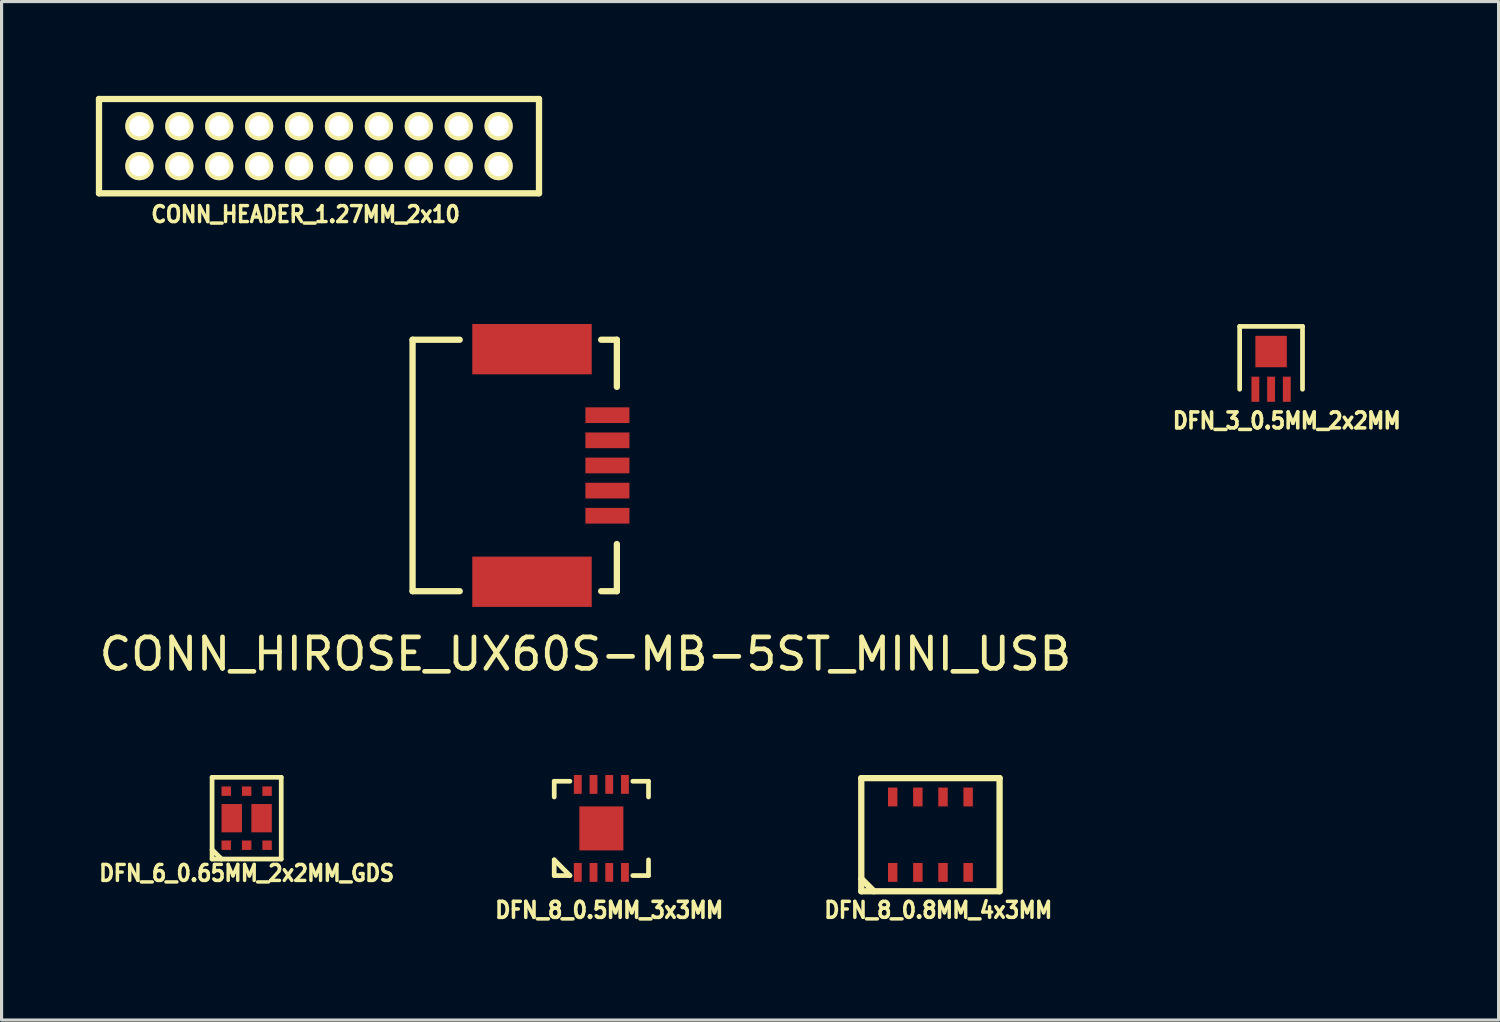
<source format=kicad_pcb>
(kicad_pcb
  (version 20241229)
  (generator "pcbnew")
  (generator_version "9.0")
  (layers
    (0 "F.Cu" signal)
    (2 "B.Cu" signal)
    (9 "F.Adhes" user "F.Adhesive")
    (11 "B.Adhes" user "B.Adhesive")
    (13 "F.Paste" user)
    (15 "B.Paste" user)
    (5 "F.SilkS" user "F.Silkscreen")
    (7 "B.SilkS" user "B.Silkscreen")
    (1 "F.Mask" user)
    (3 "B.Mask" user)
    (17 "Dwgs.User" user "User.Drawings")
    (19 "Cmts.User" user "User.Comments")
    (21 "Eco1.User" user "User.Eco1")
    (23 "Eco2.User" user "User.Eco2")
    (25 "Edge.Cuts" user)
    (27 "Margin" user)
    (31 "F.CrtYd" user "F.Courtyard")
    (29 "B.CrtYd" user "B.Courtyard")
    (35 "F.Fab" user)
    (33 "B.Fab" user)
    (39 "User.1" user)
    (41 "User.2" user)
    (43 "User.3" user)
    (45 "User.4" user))
  (footprint "DFN_8_0.8MM_4x3MM"
    (layer "F.Cu")
    (at 26.554 23.508)
    (property "Reference" "DFN_8_0.8MM_4x3MM" (at 0.25 2.4 0) (layer "F.SilkS") (effects (font (size 0.508 0.457) (thickness 0.11))))
    (attr through_hole)
    (fp_line (start -2.2 -1.8) (end -2.2 1.8) (stroke (width 0.2) (type solid)) (layer "F.SilkS"))
    (fp_line (start -2.2 -1.8) (end 2.2 -1.8) (stroke (width 0.2) (type solid)) (layer "F.SilkS"))
    (fp_line (start -2.2 1.4) (end -1.8 1.8) (stroke (width 0.2) (type solid)) (layer "F.SilkS"))
    (fp_line (start 2.2 -1.8) (end 2.2 1.8) (stroke (width 0.2) (type solid)) (layer "F.SilkS"))
    (fp_line (start 2.2 1.8) (end -2.2 1.8) (stroke (width 0.2) (type solid)) (layer "F.SilkS"))
    (pad "1" smd rect (at -1.2 1.2) (size 0.3 0.6) (layers "F.Cu" "F.Mask" "F.Paste"))
    (pad "2" smd rect (at -0.4 1.2) (size 0.3 0.6) (layers "F.Cu" "F.Mask" "F.Paste"))
    (pad "3" smd rect (at 0.4 1.2) (size 0.3 0.6) (layers "F.Cu" "F.Mask" "F.Paste"))
    (pad "4" smd rect (at 1.2 1.2) (size 0.3 0.6) (layers "F.Cu" "F.Mask" "F.Paste"))
    (pad "5" smd rect (at 1.2 -1.2) (size 0.3 0.6) (layers "F.Cu" "F.Mask" "F.Paste"))
    (pad "6" smd rect (at 0.4 -1.2) (size 0.3 0.6) (layers "F.Cu" "F.Mask" "F.Paste"))
    (pad "7" smd rect (at -0.4 -1.2) (size 0.3 0.6) (layers "F.Cu" "F.Mask" "F.Paste"))
    (pad "8" smd rect (at -1.2 -1.2) (size 0.3 0.6) (layers "F.Cu" "F.Mask" "F.Paste")))
  (footprint "DFN_3_0.5MM_2x2MM"
    (layer "F.Cu")
    (at 37.393 9.335)
    (property "Reference" "DFN_3_0.5MM_2x2MM" (at 0.5 1 0) (layer "F.SilkS") (effects (font (size 0.508 0.457) (thickness 0.114))))
    (attr through_hole)
    (fp_line (start -1 -2) (end -1 0) (stroke (width 0.15) (type solid)) (layer "F.SilkS"))
    (fp_line (start -1 -2) (end 1 -2) (stroke (width 0.15) (type solid)) (layer "F.SilkS"))
    (fp_line (start 1 -2) (end 1 0) (stroke (width 0.15) (type solid)) (layer "F.SilkS"))
    (pad "1" smd rect (at -0.5 0) (size 0.25 0.8) (layers "F.Cu" "F.Mask" "F.Paste"))
    (pad "2" smd rect (at 0 0) (size 0.25 0.8) (layers "F.Cu" "F.Mask" "F.Paste"))
    (pad "3" smd rect (at 0.5 0) (size 0.25 0.8) (layers "F.Cu" "F.Mask" "F.Paste"))
    (pad "PAD" smd rect (at 0 -1.2) (size 1 1) (layers "F.Cu" "F.Mask" "F.Paste")))
  (footprint "DFN_6_0.65MM_2x2MM_GDS"
    (layer "F.Cu")
    (at 4.798 22.983)
    (property "Reference" "DFN_6_0.65MM_2x2MM_GDS" (at 0 1.75 0) (layer "F.SilkS") (effects (font (size 0.508 0.457) (thickness 0.11))))
    (attr through_hole)
    (fp_line (start -1.1 -1.3) (end -1.1 1.3) (stroke (width 0.15) (type solid)) (layer "F.SilkS"))
    (fp_line (start -1.1 1) (end -0.8 1.3) (stroke (width 0.15) (type solid)) (layer "F.SilkS"))
    (fp_line (start -1.1 1.3) (end 1.1 1.3) (stroke (width 0.15) (type solid)) (layer "F.SilkS"))
    (fp_line (start 1.1 -1.3) (end -1.1 -1.3) (stroke (width 0.15) (type solid)) (layer "F.SilkS"))
    (fp_line (start 1.1 1.3) (end 1.1 -1.3) (stroke (width 0.15) (type solid)) (layer "F.SilkS"))
    (pad "D1" smd rect (at -0.65 -0.86) (size 0.3 0.3) (layers "F.Cu" "F.Mask" "F.Paste"))
    (pad "D1" smd rect (at -0.475 0) (size 0.65 0.9) (layers "F.Cu" "F.Mask" "F.Paste"))
    (pad "D2" smd rect (at 0.475 0) (size 0.65 0.9) (layers "F.Cu" "F.Mask" "F.Paste"))
    (pad "D2" smd rect (at 0.65 0.86) (size 0.3 0.3) (layers "F.Cu" "F.Mask" "F.Paste"))
    (pad "G1" smd rect (at 0 0.86) (size 0.3 0.3) (layers "F.Cu" "F.Mask" "F.Paste"))
    (pad "G2" smd rect (at 0 -0.86) (size 0.3 0.3) (layers "F.Cu" "F.Mask" "F.Paste"))
    (pad "S1" smd rect (at -0.65 0.86) (size 0.3 0.3) (layers "F.Cu" "F.Mask" "F.Paste"))
    (pad "S2" smd rect (at 0.65 -0.86) (size 0.3 0.3) (layers "F.Cu" "F.Mask" "F.Paste")))
  (footprint "CONN_HEADER_1.27MM_2x10"
    (layer "F.Cu")
    (at 7.1 1.6)
    (property "Reference" "CONN_HEADER_1.27MM_2x10" (at -0.427 2.17 0) (layer "F.SilkS") (effects (font (size 0.508 0.457) (thickness 0.11))))
    (attr through_hole)
    (fp_line (start -7 -1.5) (end -7 1.5) (stroke (width 0.2) (type solid)) (layer "F.SilkS"))
    (fp_line (start -7 1.5) (end 7 1.5) (stroke (width 0.2) (type solid)) (layer "F.SilkS"))
    (fp_line (start 7 -1.5) (end -7 -1.5) (stroke (width 0.2) (type solid)) (layer "F.SilkS"))
    (fp_line (start 7 1.5) (end 7 -1.5) (stroke (width 0.2) (type solid)) (layer "F.SilkS"))
    (pad "1" thru_hole circle (at -5.715 -0.635) (size 0.9 0.9) (drill 0.65) (layers "*.Cu" "*.Mask" "F.SilkS"))
    (pad "2" thru_hole circle (at -5.715 0.635) (size 0.9 0.9) (drill 0.65) (layers "*.Cu" "*.Mask" "F.SilkS"))
    (pad "3" thru_hole circle (at -4.445 -0.635) (size 0.9 0.9) (drill 0.65) (layers "*.Cu" "*.Mask" "F.SilkS"))
    (pad "4" thru_hole circle (at -4.445 0.635) (size 0.9 0.9) (drill 0.65) (layers "*.Cu" "*.Mask" "F.SilkS"))
    (pad "5" thru_hole circle (at -3.175 -0.635) (size 0.9 0.9) (drill 0.65) (layers "*.Cu" "*.Mask" "F.SilkS"))
    (pad "6" thru_hole circle (at -3.175 0.635) (size 0.9 0.9) (drill 0.65) (layers "*.Cu" "*.Mask" "F.SilkS"))
    (pad "7" thru_hole circle (at -1.905 -0.635) (size 0.9 0.9) (drill 0.65) (layers "*.Cu" "*.Mask" "F.SilkS"))
    (pad "8" thru_hole circle (at -1.905 0.635) (size 0.9 0.9) (drill 0.65) (layers "*.Cu" "*.Mask" "F.SilkS"))
    (pad "9" thru_hole circle (at -0.635 -0.635) (size 0.9 0.9) (drill 0.65) (layers "*.Cu" "*.Mask" "F.SilkS"))
    (pad "10" thru_hole circle (at -0.635 0.635) (size 0.9 0.9) (drill 0.65) (layers "*.Cu" "*.Mask" "F.SilkS"))
    (pad "11" thru_hole circle (at 0.635 -0.635) (size 0.9 0.9) (drill 0.65) (layers "*.Cu" "*.Mask" "F.SilkS"))
    (pad "12" thru_hole circle (at 0.635 0.635) (size 0.9 0.9) (drill 0.65) (layers "*.Cu" "*.Mask" "F.SilkS"))
    (pad "13" thru_hole circle (at 1.905 -0.635) (size 0.9 0.9) (drill 0.65) (layers "*.Cu" "*.Mask" "F.SilkS"))
    (pad "14" thru_hole circle (at 1.905 0.635) (size 0.9 0.9) (drill 0.65) (layers "*.Cu" "*.Mask" "F.SilkS"))
    (pad "15" thru_hole circle (at 3.175 -0.635) (size 0.9 0.9) (drill 0.65) (layers "*.Cu" "*.Mask" "F.SilkS"))
    (pad "16" thru_hole circle (at 3.175 0.635) (size 0.9 0.9) (drill 0.65) (layers "*.Cu" "*.Mask" "F.SilkS"))
    (pad "17" thru_hole circle (at 4.445 -0.635) (size 0.9 0.9) (drill 0.65) (layers "*.Cu" "*.Mask" "F.SilkS"))
    (pad "18" thru_hole circle (at 4.445 0.635) (size 0.9 0.9) (drill 0.65) (layers "*.Cu" "*.Mask" "F.SilkS"))
    (pad "19" thru_hole circle (at 5.715 -0.635) (size 0.9 0.9) (drill 0.65) (layers "*.Cu" "*.Mask" "F.SilkS"))
    (pad "20" thru_hole circle (at 5.715 0.635) (size 0.9 0.9) (drill 0.65) (layers "*.Cu" "*.Mask" "F.SilkS")))
  (footprint "CONN_HIROSE_UX60S-MB-5ST_MINI_USB"
    (layer "F.Cu")
    (at 15.577 11.76)
    (property "Reference" "CONN_HIROSE_UX60S-MB-5ST_MINI_USB" (at 0 6 0) (layer "F.SilkS") (effects (font (size 1 1) (thickness 0.15))))
    (attr through_hole)
    (fp_line (start -5.5 -4) (end -5.5 4) (stroke (width 0.2) (type solid)) (layer "F.SilkS"))
    (fp_line (start -5.5 -4) (end -4 -4) (stroke (width 0.2) (type solid)) (layer "F.SilkS"))
    (fp_line (start -5.5 4) (end -4 4) (stroke (width 0.2) (type solid)) (layer "F.SilkS"))
    (fp_line (start 1 -4) (end 0.5 -4) (stroke (width 0.2) (type solid)) (layer "F.SilkS"))
    (fp_line (start 1 -2.5) (end 1 -4) (stroke (width 0.2) (type solid)) (layer "F.SilkS"))
    (fp_line (start 1 2.5) (end 1 4) (stroke (width 0.2) (type solid)) (layer "F.SilkS"))
    (fp_line (start 1 4) (end 0.5 4) (stroke (width 0.2) (type solid)) (layer "F.SilkS"))
    (pad "1" smd rect (at 0.7 -1.6) (size 1.4 0.5) (layers "F.Cu" "F.Mask" "F.Paste"))
    (pad "2" smd rect (at 0.7 -0.8) (size 1.4 0.5) (layers "F.Cu" "F.Mask" "F.Paste"))
    (pad "3" smd rect (at 0.7 0) (size 1.4 0.5) (layers "F.Cu" "F.Mask" "F.Paste"))
    (pad "4" smd rect (at 0.7 0.8) (size 1.4 0.5) (layers "F.Cu" "F.Mask" "F.Paste"))
    (pad "5" smd rect (at 0.7 1.6) (size 1.4 0.5) (layers "F.Cu" "F.Mask" "F.Paste"))
    (pad "6" smd rect (at -1.7 -3.7) (size 3.8 1.6) (layers "F.Cu" "F.Mask" "F.Paste"))
    (pad "7" smd rect (at -1.7 3.7) (size 3.8 1.6) (layers "F.Cu" "F.Mask" "F.Paste")))
  (footprint "DFN_8_0.5MM_3x3MM"
    (layer "F.Cu")
    (at 16.084 23.308)
    (property "Reference" "DFN_8_0.5MM_3x3MM" (at 0.25 2.6 0) (layer "F.SilkS") (effects (font (size 0.508 0.457) (thickness 0.114))))
    (attr through_hole)
    (fp_line (start -1.5 -1.5) (end -1.5 -1) (stroke (width 0.15) (type solid)) (layer "F.SilkS"))
    (fp_line (start -1.5 1) (end -1.5 1.5) (stroke (width 0.15) (type solid)) (layer "F.SilkS"))
    (fp_line (start -1.5 1) (end -1 1.5) (stroke (width 0.15) (type solid)) (layer "F.SilkS"))
    (fp_line (start -1.5 1.5) (end -1 1.5) (stroke (width 0.15) (type solid)) (layer "F.SilkS"))
    (fp_line (start -1 -1.5) (end -1.5 -1.5) (stroke (width 0.15) (type solid)) (layer "F.SilkS"))
    (fp_line (start 1 -1.5) (end 1.5 -1.5) (stroke (width 0.15) (type solid)) (layer "F.SilkS"))
    (fp_line (start 1 1.5) (end 1.5 1.5) (stroke (width 0.15) (type solid)) (layer "F.SilkS"))
    (fp_line (start 1.5 -1.5) (end 1.5 -1) (stroke (width 0.15) (type solid)) (layer "F.SilkS"))
    (fp_line (start 1.5 1.5) (end 1.5 1) (stroke (width 0.15) (type solid)) (layer "F.SilkS"))
    (pad "1" smd rect (at -0.75 1.4) (size 0.25 0.6) (layers "F.Cu" "F.Mask" "F.Paste"))
    (pad "2" smd rect (at -0.25 1.4) (size 0.25 0.6) (layers "F.Cu" "F.Mask" "F.Paste"))
    (pad "3" smd rect (at 0.25 1.4) (size 0.25 0.6) (layers "F.Cu" "F.Mask" "F.Paste"))
    (pad "4" smd rect (at 0.75 1.4) (size 0.25 0.6) (layers "F.Cu" "F.Mask" "F.Paste"))
    (pad "5" smd rect (at 0.75 -1.4) (size 0.25 0.6) (layers "F.Cu" "F.Mask" "F.Paste"))
    (pad "6" smd rect (at 0.25 -1.4) (size 0.25 0.6) (layers "F.Cu" "F.Mask" "F.Paste"))
    (pad "7" smd rect (at -0.25 -1.4) (size 0.25 0.6) (layers "F.Cu" "F.Mask" "F.Paste"))
    (pad "8" smd rect (at -0.75 -1.4) (size 0.25 0.6) (layers "F.Cu" "F.Mask" "F.Paste"))
    (pad "PAD" smd rect (at -0.25 -0.25) (size 0.5 0.5) (layers "F.Cu" "F.Paste"))
    (pad "PAD" smd rect (at -0.25 0.25) (size 0.5 0.5) (layers "F.Cu" "F.Paste"))
    (pad "PAD" smd rect (at 0 0) (size 1.4 1.4) (layers "F.Cu" "F.Mask"))
    (pad "PAD" smd rect (at 0.25 -0.25) (size 0.5 0.5) (layers "F.Cu" "F.Paste"))
    (pad "PAD" smd rect (at 0.25 0.25) (size 0.5 0.5) (layers "F.Cu" "F.Paste")))
  (gr_rect
    (start -3 -3)
    (end 44.631 29.406)
    (stroke (width 0.1) (type default))
    (fill no)
    (layer "Edge.Cuts")))
</source>
